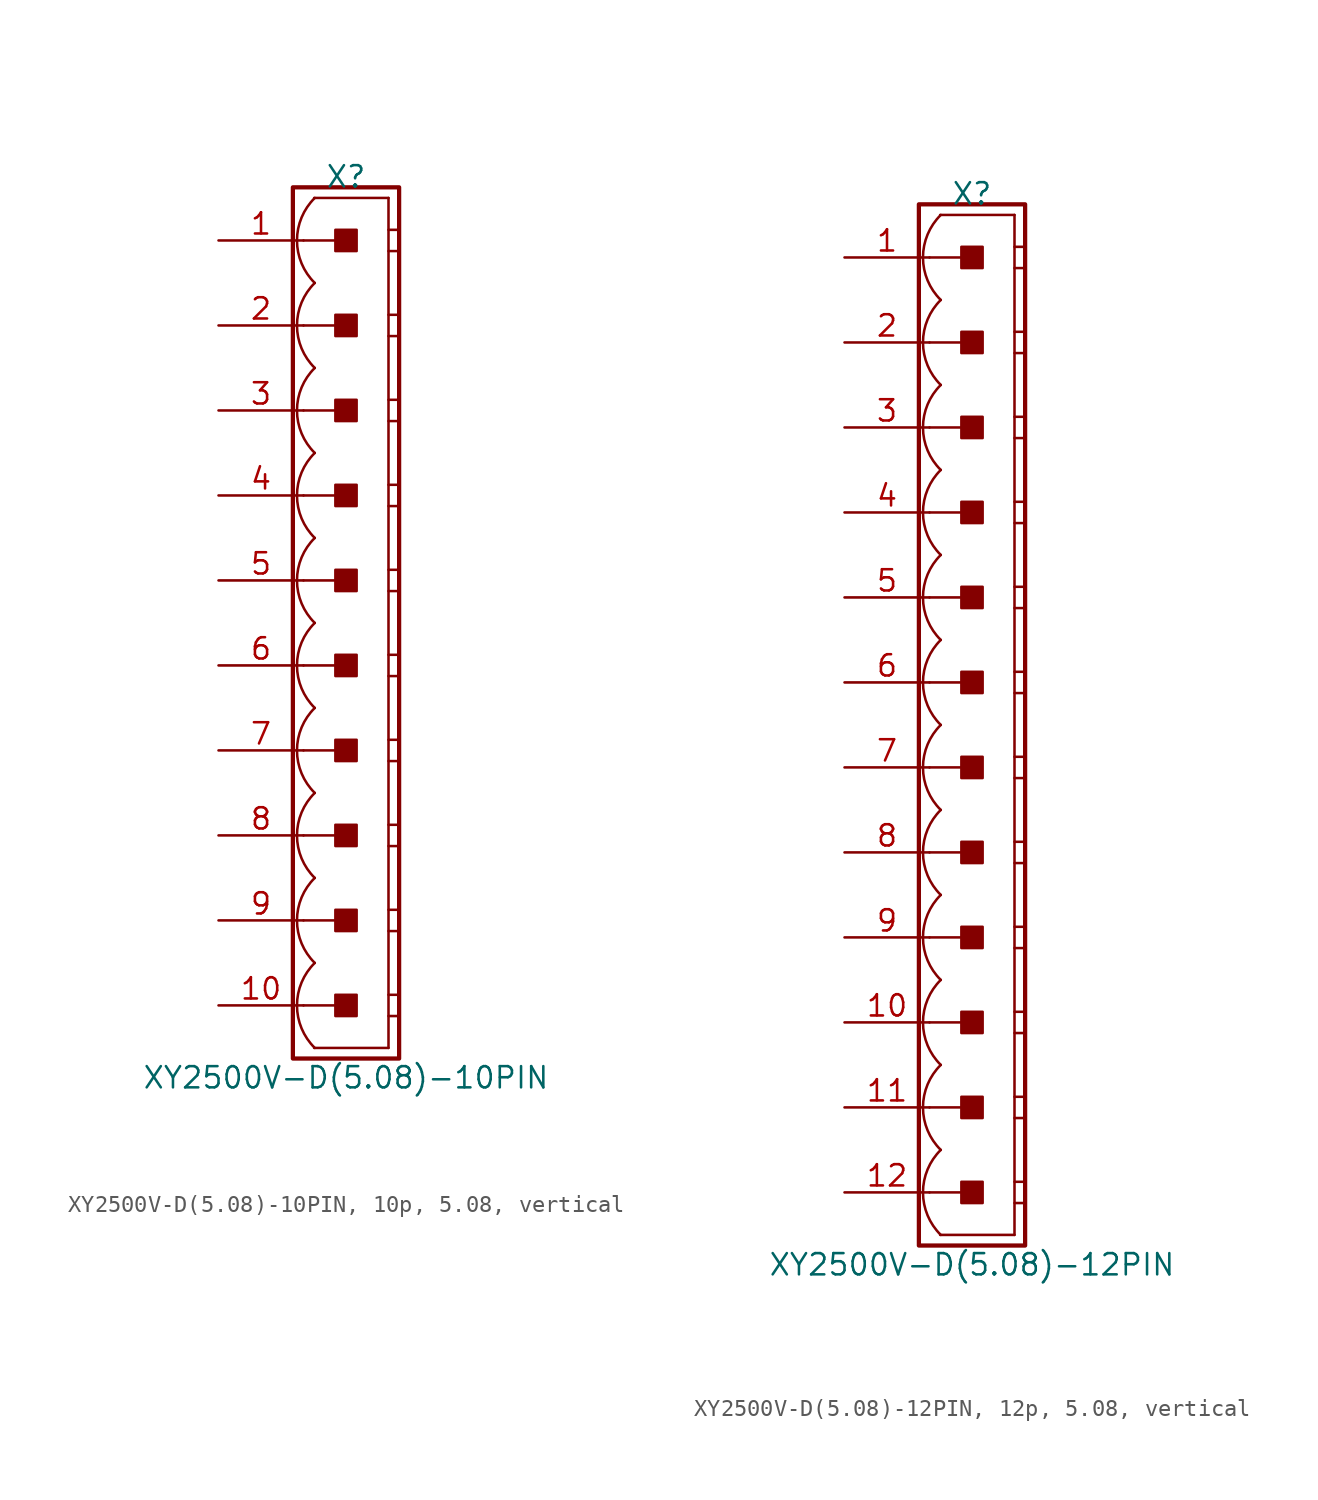
<source format=kicad_sym>
(kicad_symbol_lib
  (version 20241209)
  (generator "kicad_symbol_editor")
  (generator_version "9.0")
  (symbol "XY2500V-D(5.08)-10PIN, 10p, 5.08, vertical"
    (pin_names
      (offset 1.016)
      (hide yes))
    (property "Reference" "X"
      (at 0 26.67 0)
      (effects (font (size 1.27 1.27))))
    (property "Value" "XY2500V-D(5.08)-10PIN"
      (at 0 -27.178 0)
      (effects (font (size 1.27 1.27))))
    (symbol "XY2500V-D(5.08)-10PIN, 10p, 5.08, vertical_0_1"
      (polyline (pts (xy 2.54 25.4) (xy -1.905 25.4)) (stroke (width 0.152) (type default)) (fill (type none)))
      (polyline (pts (xy 2.54 25.4) (xy 2.54 -25.4)) (stroke (width 0.152) (type default)) (fill (type none)))
      (polyline (pts (xy 2.54 23.495) (xy 3.175 23.495)) (stroke (width 0.152) (type default)) (fill (type none)))
      (polyline (pts (xy 2.54 22.225) (xy 3.175 22.225)) (stroke (width 0.152) (type default)) (fill (type none)))
      (polyline (pts (xy 2.54 18.415) (xy 3.175 18.415)) (stroke (width 0.152) (type default)) (fill (type none)))
      (polyline (pts (xy 2.54 17.145) (xy 3.175 17.145)) (stroke (width 0.152) (type default)) (fill (type none)))
      (polyline (pts (xy 2.54 13.335) (xy 3.175 13.335)) (stroke (width 0.152) (type default)) (fill (type none)))
      (polyline (pts (xy 2.54 12.065) (xy 3.175 12.065)) (stroke (width 0.152) (type default)) (fill (type none)))
      (polyline (pts (xy 2.54 8.255) (xy 3.175 8.255)) (stroke (width 0.152) (type default)) (fill (type none)))
      (polyline (pts (xy 2.54 6.985) (xy 3.175 6.985)) (stroke (width 0.152) (type default)) (fill (type none)))
      (polyline (pts (xy 2.54 3.175) (xy 3.175 3.175)) (stroke (width 0.152) (type default)) (fill (type none)))
      (polyline (pts (xy 2.54 1.905) (xy 3.175 1.905)) (stroke (width 0.152) (type default)) (fill (type none)))
      (polyline (pts (xy 2.54 -1.905) (xy 3.175 -1.905)) (stroke (width 0.152) (type default)) (fill (type none)))
      (polyline (pts (xy 2.54 -3.175) (xy 3.175 -3.175)) (stroke (width 0.152) (type default)) (fill (type none)))
      (polyline (pts (xy 2.54 -6.985) (xy 3.175 -6.985)) (stroke (width 0.152) (type default)) (fill (type none)))
      (polyline (pts (xy 2.54 -8.255) (xy 3.175 -8.255)) (stroke (width 0.152) (type default)) (fill (type none)))
      (polyline (pts (xy 2.54 -12.065) (xy 3.175 -12.065)) (stroke (width 0.152) (type default)) (fill (type none)))
      (polyline (pts (xy 2.54 -13.335) (xy 3.175 -13.335)) (stroke (width 0.152) (type default)) (fill (type none)))
      (polyline (pts (xy 2.54 -17.145) (xy 3.175 -17.145)) (stroke (width 0.152) (type default)) (fill (type none)))
      (polyline (pts (xy 2.54 -18.415) (xy 3.175 -18.415)) (stroke (width 0.152) (type default)) (fill (type none)))
      (polyline (pts (xy 2.54 -22.225) (xy 3.175 -22.225)) (stroke (width 0.152) (type default)) (fill (type none)))
      (polyline (pts (xy 2.54 -23.495) (xy 3.175 -23.495)) (stroke (width 0.152) (type default)) (fill (type none)))
      (polyline (pts (xy 2.54 -25.4) (xy -1.905 -25.4)) (stroke (width 0.152) (type default)) (fill (type none))))
    (symbol "XY2500V-D(5.08)-10PIN, 10p, 5.08, vertical_1_0"
      (polyline (pts (xy -2.54 22.86) (xy 0 22.86)) (stroke (width 0.152) (type default)) (fill (type none)))
      (polyline (pts (xy -2.54 17.78) (xy 0 17.78)) (stroke (width 0.152) (type default)) (fill (type none)))
      (polyline (pts (xy -2.54 12.7) (xy 0 12.7)) (stroke (width 0.152) (type default)) (fill (type none)))
      (polyline (pts (xy -2.54 7.62) (xy 0 7.62)) (stroke (width 0.152) (type default)) (fill (type none)))
      (polyline (pts (xy -2.54 2.54) (xy 0 2.54)) (stroke (width 0.152) (type default)) (fill (type none)))
      (polyline (pts (xy -2.54 -2.54) (xy 0 -2.54)) (stroke (width 0.152) (type default)) (fill (type none)))
      (polyline (pts (xy -2.54 -7.62) (xy 0 -7.62)) (stroke (width 0.152) (type default)) (fill (type none)))
      (polyline (pts (xy -2.54 -12.7) (xy 0 -12.7)) (stroke (width 0.152) (type default)) (fill (type none)))
      (polyline (pts (xy -2.54 -17.78) (xy 0 -17.78)) (stroke (width 0.152) (type default)) (fill (type none)))
      (polyline (pts (xy -2.54 -22.86) (xy 0 -22.86)) (stroke (width 0.152) (type default)) (fill (type none))))
    (symbol "XY2500V-D(5.08)-10PIN, 10p, 5.08, vertical_1_1"
      (rectangle (start -3.175 26.035) (end 3.175 -26.035) (stroke (width 0.254) (type default)) (fill (type none)))
      (rectangle (start -0.635 22.225) (end 0.635 23.495) (stroke (width 0.152) (type default)) (fill (type outline)))
      (rectangle (start -0.635 17.145) (end 0.635 18.415) (stroke (width 0.152) (type default)) (fill (type outline)))
      (rectangle (start -0.635 12.065) (end 0.635 13.335) (stroke (width 0.152) (type default)) (fill (type outline)))
      (rectangle (start -0.635 6.985) (end 0.635 8.255) (stroke (width 0.152) (type default)) (fill (type outline)))
      (rectangle (start -0.635 1.905) (end 0.635 3.175) (stroke (width 0.152) (type default)) (fill (type outline)))
      (rectangle (start -0.635 -3.175) (end 0.635 -1.905) (stroke (width 0.152) (type default)) (fill (type outline)))
      (rectangle (start -0.635 -8.255) (end 0.635 -6.985) (stroke (width 0.152) (type default)) (fill (type outline)))
      (rectangle (start -0.635 -13.335) (end 0.635 -12.065) (stroke (width 0.152) (type default)) (fill (type outline)))
      (rectangle (start -0.635 -18.415) (end 0.635 -17.145) (stroke (width 0.152) (type default)) (fill (type outline)))
      (rectangle (start -0.635 -23.495) (end 0.635 -22.225) (stroke (width 0.152) (type default)) (fill (type outline)))
      (arc (start -1.8664 20.32) (mid -2.9299 22.86) (end -1.8664 25.4) (stroke (width 0.1524) (type default)) (fill (type none)))
      (arc (start -1.8664 15.24) (mid -2.9299 17.78) (end -1.8664 20.32) (stroke (width 0.1524) (type default)) (fill (type none)))
      (arc (start -1.8664 10.16) (mid -2.9299 12.7) (end -1.8664 15.24) (stroke (width 0.1524) (type default)) (fill (type none)))
      (arc (start -1.8664 5.08) (mid -2.9299 7.62) (end -1.8664 10.16) (stroke (width 0.1524) (type default)) (fill (type none)))
      (arc (start -1.8664 0) (mid -2.9299 2.54) (end -1.8664 5.08) (stroke (width 0.1524) (type default)) (fill (type none)))
      (arc (start -1.8664 -5.08) (mid -2.9299 -2.54) (end -1.8664 0) (stroke (width 0.1524) (type default)) (fill (type none)))
      (arc (start -1.8664 -10.16) (mid -2.9299 -7.62) (end -1.8664 -5.08) (stroke (width 0.1524) (type default)) (fill (type none)))
      (arc (start -1.8664 -15.24) (mid -2.9299 -12.7) (end -1.8664 -10.16) (stroke (width 0.1524) (type default)) (fill (type none)))
      (arc (start -1.8664 -20.32) (mid -2.9299 -17.78) (end -1.8664 -15.24) (stroke (width 0.1524) (type default)) (fill (type none)))
      (arc (start -1.8664 -25.4) (mid -2.9299 -22.86) (end -1.8664 -20.32) (stroke (width 0.1524) (type default)) (fill (type none)))
      (pin passive line (at -7.62 22.86 0) (length 5.08) (name "1" (effects (font (size 1.27 1.27)))) (number "1" (effects (font (size 1.27 1.27)))))
      (pin passive line (at -7.62 17.78 0) (length 5.08) (name "2" (effects (font (size 1.27 1.27)))) (number "2" (effects (font (size 1.27 1.27)))))
      (pin passive line (at -7.62 12.7 0) (length 5.08) (name "3" (effects (font (size 1.27 1.27)))) (number "3" (effects (font (size 1.27 1.27)))))
      (pin passive line (at -7.62 7.62 0) (length 5.08) (name "4" (effects (font (size 1.27 1.27)))) (number "4" (effects (font (size 1.27 1.27)))))
      (pin passive line (at -7.62 2.54 0) (length 5.08) (name "5" (effects (font (size 1.27 1.27)))) (number "5" (effects (font (size 1.27 1.27)))))
      (pin passive line (at -7.62 -2.54 0) (length 5.08) (name "6" (effects (font (size 1.27 1.27)))) (number "6" (effects (font (size 1.27 1.27)))))
      (pin passive line (at -7.62 -7.62 0) (length 5.08) (name "7" (effects (font (size 1.27 1.27)))) (number "7" (effects (font (size 1.27 1.27)))))
      (pin passive line (at -7.62 -12.7 0) (length 5.08) (name "8" (effects (font (size 1.27 1.27)))) (number "8" (effects (font (size 1.27 1.27)))))
      (pin passive line (at -7.62 -17.78 0) (length 5.08) (name "9" (effects (font (size 1.27 1.27)))) (number "9" (effects (font (size 1.27 1.27)))))
      (pin passive line (at -7.62 -22.86 0) (length 5.08) (name "10" (effects (font (size 1.27 1.27)))) (number "10" (effects (font (size 1.27 1.27)))))))
  (symbol "XY2500V-D(5.08)-12PIN, 12p, 5.08, vertical"
    (pin_names
      (offset 1.016)
      (hide yes))
    (property "Reference" "X"
      (at 0 31.75 0)
      (effects (font (size 1.27 1.27))))
    (property "Value" "XY2500V-D(5.08)-12PIN"
      (at 0 -32.258 0)
      (effects (font (size 1.27 1.27))))
    (symbol "XY2500V-D(5.08)-12PIN, 12p, 5.08, vertical_0_1"
      (polyline (pts (xy 2.54 30.48) (xy -1.905 30.48)) (stroke (width 0.152) (type default)) (fill (type none)))
      (polyline (pts (xy 2.54 30.48) (xy 2.54 -30.48)) (stroke (width 0.152) (type default)) (fill (type none)))
      (polyline (pts (xy 2.54 28.575) (xy 3.175 28.575)) (stroke (width 0.152) (type default)) (fill (type none)))
      (polyline (pts (xy 2.54 27.305) (xy 3.175 27.305)) (stroke (width 0.152) (type default)) (fill (type none)))
      (polyline (pts (xy 2.54 23.495) (xy 3.175 23.495)) (stroke (width 0.152) (type default)) (fill (type none)))
      (polyline (pts (xy 2.54 22.225) (xy 3.175 22.225)) (stroke (width 0.152) (type default)) (fill (type none)))
      (polyline (pts (xy 2.54 18.415) (xy 3.175 18.415)) (stroke (width 0.152) (type default)) (fill (type none)))
      (polyline (pts (xy 2.54 17.145) (xy 3.175 17.145)) (stroke (width 0.152) (type default)) (fill (type none)))
      (polyline (pts (xy 2.54 13.335) (xy 3.175 13.335)) (stroke (width 0.152) (type default)) (fill (type none)))
      (polyline (pts (xy 2.54 12.065) (xy 3.175 12.065)) (stroke (width 0.152) (type default)) (fill (type none)))
      (polyline (pts (xy 2.54 8.255) (xy 3.175 8.255)) (stroke (width 0.152) (type default)) (fill (type none)))
      (polyline (pts (xy 2.54 6.985) (xy 3.175 6.985)) (stroke (width 0.152) (type default)) (fill (type none)))
      (polyline (pts (xy 2.54 3.175) (xy 3.175 3.175)) (stroke (width 0.152) (type default)) (fill (type none)))
      (polyline (pts (xy 2.54 1.905) (xy 3.175 1.905)) (stroke (width 0.152) (type default)) (fill (type none)))
      (polyline (pts (xy 2.54 -1.905) (xy 3.175 -1.905)) (stroke (width 0.152) (type default)) (fill (type none)))
      (polyline (pts (xy 2.54 -3.175) (xy 3.175 -3.175)) (stroke (width 0.152) (type default)) (fill (type none)))
      (polyline (pts (xy 2.54 -6.985) (xy 3.175 -6.985)) (stroke (width 0.152) (type default)) (fill (type none)))
      (polyline (pts (xy 2.54 -8.255) (xy 3.175 -8.255)) (stroke (width 0.152) (type default)) (fill (type none)))
      (polyline (pts (xy 2.54 -12.065) (xy 3.175 -12.065)) (stroke (width 0.152) (type default)) (fill (type none)))
      (polyline (pts (xy 2.54 -13.335) (xy 3.175 -13.335)) (stroke (width 0.152) (type default)) (fill (type none)))
      (polyline (pts (xy 2.54 -17.145) (xy 3.175 -17.145)) (stroke (width 0.152) (type default)) (fill (type none)))
      (polyline (pts (xy 2.54 -18.415) (xy 3.175 -18.415)) (stroke (width 0.152) (type default)) (fill (type none)))
      (polyline (pts (xy 2.54 -22.225) (xy 3.175 -22.225)) (stroke (width 0.152) (type default)) (fill (type none)))
      (polyline (pts (xy 2.54 -23.495) (xy 3.175 -23.495)) (stroke (width 0.152) (type default)) (fill (type none)))
      (polyline (pts (xy 2.54 -27.305) (xy 3.175 -27.305)) (stroke (width 0.152) (type default)) (fill (type none)))
      (polyline (pts (xy 2.54 -28.575) (xy 3.175 -28.575)) (stroke (width 0.152) (type default)) (fill (type none)))
      (polyline (pts (xy 2.54 -30.48) (xy -1.905 -30.48)) (stroke (width 0.152) (type default)) (fill (type none))))
    (symbol "XY2500V-D(5.08)-12PIN, 12p, 5.08, vertical_1_0"
      (polyline (pts (xy -2.54 27.94) (xy 0 27.94)) (stroke (width 0.152) (type default)) (fill (type none)))
      (polyline (pts (xy -2.54 22.86) (xy 0 22.86)) (stroke (width 0.152) (type default)) (fill (type none)))
      (polyline (pts (xy -2.54 17.78) (xy 0 17.78)) (stroke (width 0.152) (type default)) (fill (type none)))
      (polyline (pts (xy -2.54 12.7) (xy 0 12.7)) (stroke (width 0.152) (type default)) (fill (type none)))
      (polyline (pts (xy -2.54 7.62) (xy 0 7.62)) (stroke (width 0.152) (type default)) (fill (type none)))
      (polyline (pts (xy -2.54 2.54) (xy 0 2.54)) (stroke (width 0.152) (type default)) (fill (type none)))
      (polyline (pts (xy -2.54 -2.54) (xy 0 -2.54)) (stroke (width 0.152) (type default)) (fill (type none)))
      (polyline (pts (xy -2.54 -7.62) (xy 0 -7.62)) (stroke (width 0.152) (type default)) (fill (type none)))
      (polyline (pts (xy -2.54 -12.7) (xy 0 -12.7)) (stroke (width 0.152) (type default)) (fill (type none)))
      (polyline (pts (xy -2.54 -17.78) (xy 0 -17.78)) (stroke (width 0.152) (type default)) (fill (type none)))
      (polyline (pts (xy -2.54 -22.86) (xy 0 -22.86)) (stroke (width 0.152) (type default)) (fill (type none)))
      (polyline (pts (xy -2.54 -27.94) (xy 0 -27.94)) (stroke (width 0.152) (type default)) (fill (type none))))
    (symbol "XY2500V-D(5.08)-12PIN, 12p, 5.08, vertical_1_1"
      (rectangle (start -3.175 31.115) (end 3.175 -31.115) (stroke (width 0.254) (type default)) (fill (type none)))
      (rectangle (start -0.635 27.305) (end 0.635 28.575) (stroke (width 0.152) (type default)) (fill (type outline)))
      (rectangle (start -0.635 22.225) (end 0.635 23.495) (stroke (width 0.152) (type default)) (fill (type outline)))
      (rectangle (start -0.635 17.145) (end 0.635 18.415) (stroke (width 0.152) (type default)) (fill (type outline)))
      (rectangle (start -0.635 12.065) (end 0.635 13.335) (stroke (width 0.152) (type default)) (fill (type outline)))
      (rectangle (start -0.635 6.985) (end 0.635 8.255) (stroke (width 0.152) (type default)) (fill (type outline)))
      (rectangle (start -0.635 1.905) (end 0.635 3.175) (stroke (width 0.152) (type default)) (fill (type outline)))
      (rectangle (start -0.635 -3.175) (end 0.635 -1.905) (stroke (width 0.152) (type default)) (fill (type outline)))
      (rectangle (start -0.635 -8.255) (end 0.635 -6.985) (stroke (width 0.152) (type default)) (fill (type outline)))
      (rectangle (start -0.635 -13.335) (end 0.635 -12.065) (stroke (width 0.152) (type default)) (fill (type outline)))
      (rectangle (start -0.635 -18.415) (end 0.635 -17.145) (stroke (width 0.152) (type default)) (fill (type outline)))
      (rectangle (start -0.635 -23.495) (end 0.635 -22.225) (stroke (width 0.152) (type default)) (fill (type outline)))
      (rectangle (start -0.635 -28.575) (end 0.635 -27.305) (stroke (width 0.152) (type default)) (fill (type outline)))
      (arc (start -1.8664 25.4) (mid -2.9299 27.94) (end -1.8664 30.48) (stroke (width 0.1524) (type default)) (fill (type none)))
      (arc (start -1.8664 20.32) (mid -2.9299 22.86) (end -1.8664 25.4) (stroke (width 0.1524) (type default)) (fill (type none)))
      (arc (start -1.8664 15.24) (mid -2.9299 17.78) (end -1.8664 20.32) (stroke (width 0.1524) (type default)) (fill (type none)))
      (arc (start -1.8664 10.16) (mid -2.9299 12.7) (end -1.8664 15.24) (stroke (width 0.1524) (type default)) (fill (type none)))
      (arc (start -1.8664 5.08) (mid -2.9299 7.62) (end -1.8664 10.16) (stroke (width 0.1524) (type default)) (fill (type none)))
      (arc (start -1.8664 0) (mid -2.9299 2.54) (end -1.8664 5.08) (stroke (width 0.1524) (type default)) (fill (type none)))
      (arc (start -1.8664 -5.08) (mid -2.9299 -2.54) (end -1.8664 0) (stroke (width 0.1524) (type default)) (fill (type none)))
      (arc (start -1.8664 -10.16) (mid -2.9299 -7.62) (end -1.8664 -5.08) (stroke (width 0.1524) (type default)) (fill (type none)))
      (arc (start -1.8664 -15.24) (mid -2.9299 -12.7) (end -1.8664 -10.16) (stroke (width 0.1524) (type default)) (fill (type none)))
      (arc (start -1.8664 -20.32) (mid -2.9299 -17.78) (end -1.8664 -15.24) (stroke (width 0.1524) (type default)) (fill (type none)))
      (arc (start -1.8664 -25.4) (mid -2.9299 -22.86) (end -1.8664 -20.32) (stroke (width 0.1524) (type default)) (fill (type none)))
      (arc (start -1.8664 -30.48) (mid -2.9299 -27.94) (end -1.8664 -25.4) (stroke (width 0.1524) (type default)) (fill (type none)))
      (pin passive line (at -7.62 27.94 0) (length 5.08) (name "1" (effects (font (size 1.27 1.27)))) (number "1" (effects (font (size 1.27 1.27)))))
      (pin passive line (at -7.62 22.86 0) (length 5.08) (name "2" (effects (font (size 1.27 1.27)))) (number "2" (effects (font (size 1.27 1.27)))))
      (pin passive line (at -7.62 17.78 0) (length 5.08) (name "3" (effects (font (size 1.27 1.27)))) (number "3" (effects (font (size 1.27 1.27)))))
      (pin passive line (at -7.62 12.7 0) (length 5.08) (name "4" (effects (font (size 1.27 1.27)))) (number "4" (effects (font (size 1.27 1.27)))))
      (pin passive line (at -7.62 7.62 0) (length 5.08) (name "5" (effects (font (size 1.27 1.27)))) (number "5" (effects (font (size 1.27 1.27)))))
      (pin passive line (at -7.62 2.54 0) (length 5.08) (name "6" (effects (font (size 1.27 1.27)))) (number "6" (effects (font (size 1.27 1.27)))))
      (pin passive line (at -7.62 -2.54 0) (length 5.08) (name "7" (effects (font (size 1.27 1.27)))) (number "7" (effects (font (size 1.27 1.27)))))
      (pin passive line (at -7.62 -7.62 0) (length 5.08) (name "8" (effects (font (size 1.27 1.27)))) (number "8" (effects (font (size 1.27 1.27)))))
      (pin passive line (at -7.62 -12.7 0) (length 5.08) (name "9" (effects (font (size 1.27 1.27)))) (number "9" (effects (font (size 1.27 1.27)))))
      (pin passive line (at -7.62 -17.78 0) (length 5.08) (name "10" (effects (font (size 1.27 1.27)))) (number "10" (effects (font (size 1.27 1.27)))))
      (pin passive line (at -7.62 -22.86 0) (length 5.08) (name "11" (effects (font (size 1.27 1.27)))) (number "11" (effects (font (size 1.27 1.27)))))
      (pin passive line (at -7.62 -27.94 0) (length 5.08) (name "12" (effects (font (size 1.27 1.27)))) (number "12" (effects (font (size 1.27 1.27))))))))
</source>
